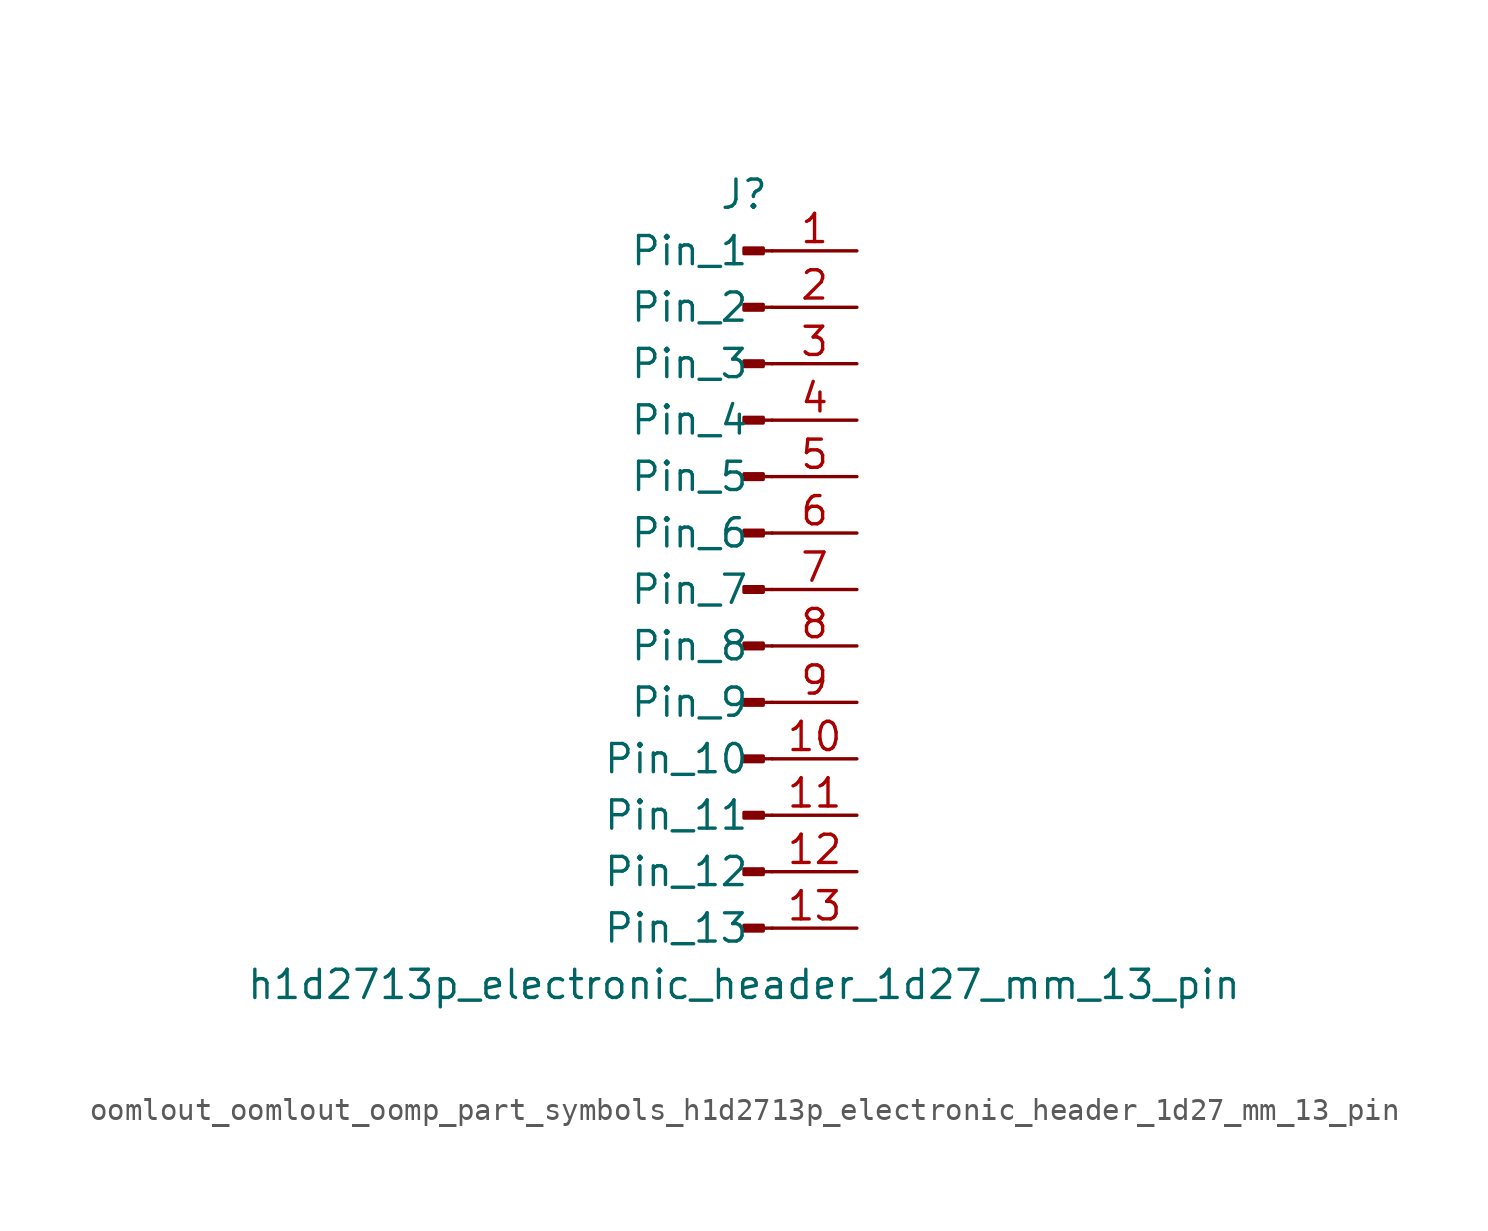
<source format=kicad_sym>
(kicad_symbol_lib
  (version 20220914)
  (generator kicad_symbol_editor)
  (symbol "oomlout_oomlout_oomp_part_symbols_h1d2713p_electronic_header_1d27_mm_13_pin"
    (pin_names
      (offset 1.016))
    (property "Reference" "J"
      (at 0 17.78 0)
      (effects (font (size 1.27 1.27))))
    (property "Value" "h1d2713p_electronic_header_1d27_mm_13_pin"
      (at 0 -17.78 0)
      (effects (font (size 1.27 1.27))))
    (property "ki_locked" ""
      (at 0 0 0)
      (effects (font (size 1.27 1.27))))
    (symbol "oomlout_oomlout_oomp_part_symbols_h1d2713p_electronic_header_1d27_mm_13_pin_1_1"
      (polyline (pts (xy 1.27 -15.24) (xy 0.864 -15.24)) (stroke (width 0.152) (type default)) (fill (type none)))
      (polyline (pts (xy 1.27 -12.7) (xy 0.864 -12.7)) (stroke (width 0.152) (type default)) (fill (type none)))
      (polyline (pts (xy 1.27 -10.16) (xy 0.864 -10.16)) (stroke (width 0.152) (type default)) (fill (type none)))
      (polyline (pts (xy 1.27 -7.62) (xy 0.864 -7.62)) (stroke (width 0.152) (type default)) (fill (type none)))
      (polyline (pts (xy 1.27 -5.08) (xy 0.864 -5.08)) (stroke (width 0.152) (type default)) (fill (type none)))
      (polyline (pts (xy 1.27 -2.54) (xy 0.864 -2.54)) (stroke (width 0.152) (type default)) (fill (type none)))
      (polyline (pts (xy 1.27 0) (xy 0.864 0)) (stroke (width 0.152) (type default)) (fill (type none)))
      (polyline (pts (xy 1.27 2.54) (xy 0.864 2.54)) (stroke (width 0.152) (type default)) (fill (type none)))
      (polyline (pts (xy 1.27 5.08) (xy 0.864 5.08)) (stroke (width 0.152) (type default)) (fill (type none)))
      (polyline (pts (xy 1.27 7.62) (xy 0.864 7.62)) (stroke (width 0.152) (type default)) (fill (type none)))
      (polyline (pts (xy 1.27 10.16) (xy 0.864 10.16)) (stroke (width 0.152) (type default)) (fill (type none)))
      (polyline (pts (xy 1.27 12.7) (xy 0.864 12.7)) (stroke (width 0.152) (type default)) (fill (type none)))
      (polyline (pts (xy 1.27 15.24) (xy 0.864 15.24)) (stroke (width 0.152) (type default)) (fill (type none)))
      (rectangle (start 0.864 -15.113) (end 0 -15.367) (stroke (width 0.152) (type default)) (fill (type outline)))
      (rectangle (start 0.864 -12.573) (end 0 -12.827) (stroke (width 0.152) (type default)) (fill (type outline)))
      (rectangle (start 0.864 -10.033) (end 0 -10.287) (stroke (width 0.152) (type default)) (fill (type outline)))
      (rectangle (start 0.864 -7.493) (end 0 -7.747) (stroke (width 0.152) (type default)) (fill (type outline)))
      (rectangle (start 0.864 -4.953) (end 0 -5.207) (stroke (width 0.152) (type default)) (fill (type outline)))
      (rectangle (start 0.864 -2.413) (end 0 -2.667) (stroke (width 0.152) (type default)) (fill (type outline)))
      (rectangle (start 0.864 0.127) (end 0 -0.127) (stroke (width 0.152) (type default)) (fill (type outline)))
      (rectangle (start 0.864 2.667) (end 0 2.413) (stroke (width 0.152) (type default)) (fill (type outline)))
      (rectangle (start 0.864 5.207) (end 0 4.953) (stroke (width 0.152) (type default)) (fill (type outline)))
      (rectangle (start 0.864 7.747) (end 0 7.493) (stroke (width 0.152) (type default)) (fill (type outline)))
      (rectangle (start 0.864 10.287) (end 0 10.033) (stroke (width 0.152) (type default)) (fill (type outline)))
      (rectangle (start 0.864 12.827) (end 0 12.573) (stroke (width 0.152) (type default)) (fill (type outline)))
      (rectangle (start 0.864 15.367) (end 0 15.113) (stroke (width 0.152) (type default)) (fill (type outline)))
      (pin passive line (at 5.08 15.24 180) (length 3.81) (name "Pin_1" (effects (font (size 1.27 1.27)))) (number "1" (effects (font (size 1.27 1.27)))))
      (pin passive line (at 5.08 -7.62 180) (length 3.81) (name "Pin_10" (effects (font (size 1.27 1.27)))) (number "10" (effects (font (size 1.27 1.27)))))
      (pin passive line (at 5.08 -10.16 180) (length 3.81) (name "Pin_11" (effects (font (size 1.27 1.27)))) (number "11" (effects (font (size 1.27 1.27)))))
      (pin passive line (at 5.08 -12.7 180) (length 3.81) (name "Pin_12" (effects (font (size 1.27 1.27)))) (number "12" (effects (font (size 1.27 1.27)))))
      (pin passive line (at 5.08 -15.24 180) (length 3.81) (name "Pin_13" (effects (font (size 1.27 1.27)))) (number "13" (effects (font (size 1.27 1.27)))))
      (pin passive line (at 5.08 12.7 180) (length 3.81) (name "Pin_2" (effects (font (size 1.27 1.27)))) (number "2" (effects (font (size 1.27 1.27)))))
      (pin passive line (at 5.08 10.16 180) (length 3.81) (name "Pin_3" (effects (font (size 1.27 1.27)))) (number "3" (effects (font (size 1.27 1.27)))))
      (pin passive line (at 5.08 7.62 180) (length 3.81) (name "Pin_4" (effects (font (size 1.27 1.27)))) (number "4" (effects (font (size 1.27 1.27)))))
      (pin passive line (at 5.08 5.08 180) (length 3.81) (name "Pin_5" (effects (font (size 1.27 1.27)))) (number "5" (effects (font (size 1.27 1.27)))))
      (pin passive line (at 5.08 2.54 180) (length 3.81) (name "Pin_6" (effects (font (size 1.27 1.27)))) (number "6" (effects (font (size 1.27 1.27)))))
      (pin passive line (at 5.08 0 180) (length 3.81) (name "Pin_7" (effects (font (size 1.27 1.27)))) (number "7" (effects (font (size 1.27 1.27)))))
      (pin passive line (at 5.08 -2.54 180) (length 3.81) (name "Pin_8" (effects (font (size 1.27 1.27)))) (number "8" (effects (font (size 1.27 1.27)))))
      (pin passive line (at 5.08 -5.08 180) (length 3.81) (name "Pin_9" (effects (font (size 1.27 1.27)))) (number "9" (effects (font (size 1.27 1.27))))))))
</source>
